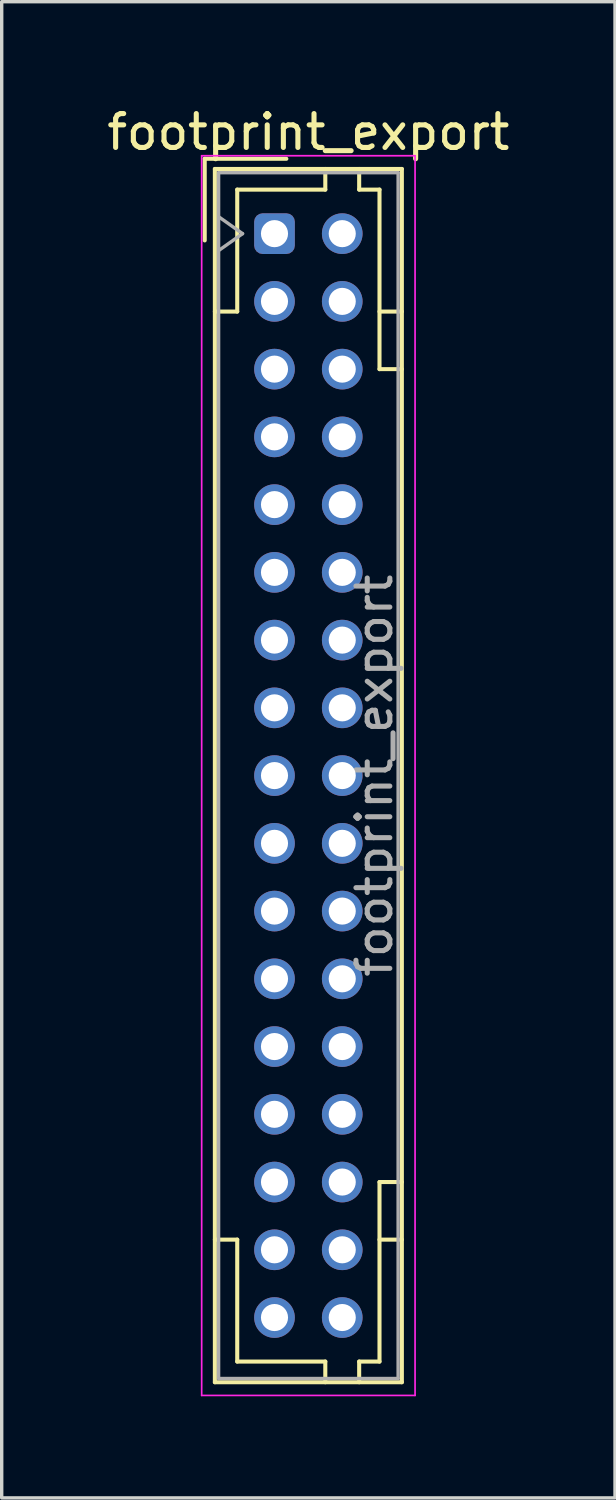
<source format=kicad_pcb>
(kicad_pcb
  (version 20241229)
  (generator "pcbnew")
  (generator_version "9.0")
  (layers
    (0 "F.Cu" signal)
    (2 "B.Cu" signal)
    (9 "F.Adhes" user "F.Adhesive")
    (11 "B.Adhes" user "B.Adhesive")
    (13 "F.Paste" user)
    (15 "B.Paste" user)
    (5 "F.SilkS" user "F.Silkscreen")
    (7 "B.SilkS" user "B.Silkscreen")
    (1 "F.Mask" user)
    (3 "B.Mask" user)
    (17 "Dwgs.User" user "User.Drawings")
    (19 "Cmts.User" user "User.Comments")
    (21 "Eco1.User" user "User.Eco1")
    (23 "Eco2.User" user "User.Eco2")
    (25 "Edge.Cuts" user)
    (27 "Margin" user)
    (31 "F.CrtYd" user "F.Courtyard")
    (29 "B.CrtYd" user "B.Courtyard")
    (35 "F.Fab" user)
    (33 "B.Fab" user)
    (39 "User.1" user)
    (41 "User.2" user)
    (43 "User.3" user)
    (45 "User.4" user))
  (footprint "footprint_export"
    (layer "F.Cu")
    (at 5.054 3.848)
    (property "Reference" "footprint_export" (at 1 -3 0) (layer "F.SilkS") (effects (font (size 1 1) (thickness 0.15))))
    (attr through_hole)
    (fp_line (start -2.06 -2.21) (end -2.06 0.2) (stroke (width 0.12) (type solid)) (layer "F.SilkS"))
    (fp_line (start -1.76 -1.91) (end -1.76 33.91) (stroke (width 0.12) (type solid)) (layer "F.SilkS"))
    (fp_line (start -1.76 33.91) (end 3.76 33.91) (stroke (width 0.12) (type solid)) (layer "F.SilkS"))
    (fp_line (start -1.1 -1.3) (end -1.1 2.3) (stroke (width 0.12) (type solid)) (layer "F.SilkS"))
    (fp_line (start -1.1 2.3) (end -1.76 2.3) (stroke (width 0.12) (type solid)) (layer "F.SilkS"))
    (fp_line (start -1.1 29.7) (end -1.76 29.7) (stroke (width 0.12) (type solid)) (layer "F.SilkS"))
    (fp_line (start -1.1 33.3) (end -1.1 29.7) (stroke (width 0.12) (type solid)) (layer "F.SilkS"))
    (fp_line (start 0.35 -2.21) (end -2.06 -2.21) (stroke (width 0.12) (type solid)) (layer "F.SilkS"))
    (fp_line (start 1.5 -1.91) (end 1.5 -1.3) (stroke (width 0.12) (type solid)) (layer "F.SilkS"))
    (fp_line (start 1.5 -1.3) (end -1.1 -1.3) (stroke (width 0.12) (type solid)) (layer "F.SilkS"))
    (fp_line (start 1.5 33.3) (end -1.1 33.3) (stroke (width 0.12) (type solid)) (layer "F.SilkS"))
    (fp_line (start 1.5 33.91) (end 1.5 33.3) (stroke (width 0.12) (type solid)) (layer "F.SilkS"))
    (fp_line (start 2.5 -1.91) (end 2.5 -1.3) (stroke (width 0.12) (type solid)) (layer "F.SilkS"))
    (fp_line (start 2.5 -1.3) (end 3.1 -1.3) (stroke (width 0.12) (type solid)) (layer "F.SilkS"))
    (fp_line (start 2.5 33.3) (end 3.1 33.3) (stroke (width 0.12) (type solid)) (layer "F.SilkS"))
    (fp_line (start 2.5 33.91) (end 2.5 33.3) (stroke (width 0.12) (type solid)) (layer "F.SilkS"))
    (fp_line (start 3.1 -1.3) (end 3.1 4) (stroke (width 0.12) (type solid)) (layer "F.SilkS"))
    (fp_line (start 3.1 4) (end 3.76 4) (stroke (width 0.12) (type solid)) (layer "F.SilkS"))
    (fp_line (start 3.1 28) (end 3.76 28) (stroke (width 0.12) (type solid)) (layer "F.SilkS"))
    (fp_line (start 3.1 33.3) (end 3.1 28) (stroke (width 0.12) (type solid)) (layer "F.SilkS"))
    (fp_line (start 3.76 -1.91) (end -1.76 -1.91) (stroke (width 0.12) (type solid)) (layer "F.SilkS"))
    (fp_line (start 3.76 2.3) (end 3.1 2.3) (stroke (width 0.12) (type solid)) (layer "F.SilkS"))
    (fp_line (start 3.76 29.7) (end 3.1 29.7) (stroke (width 0.12) (type solid)) (layer "F.SilkS"))
    (fp_line (start 3.76 33.91) (end 3.76 -1.91) (stroke (width 0.12) (type solid)) (layer "F.SilkS"))
    (fp_line (start -2.15 -2.3) (end -2.15 34.3) (stroke (width 0.05) (type solid)) (layer "F.CrtYd"))
    (fp_line (start -2.15 34.3) (end 4.15 34.3) (stroke (width 0.05) (type solid)) (layer "F.CrtYd"))
    (fp_line (start 4.15 -2.3) (end -2.15 -2.3) (stroke (width 0.05) (type solid)) (layer "F.CrtYd"))
    (fp_line (start 4.15 34.3) (end 4.15 -2.3) (stroke (width 0.05) (type solid)) (layer "F.CrtYd"))
    (fp_line (start -1.65 -1.8) (end -1.65 33.8) (stroke (width 0.1) (type solid)) (layer "F.Fab"))
    (fp_line (start -1.65 0.5) (end -0.943 0) (stroke (width 0.1) (type solid)) (layer "F.Fab"))
    (fp_line (start -1.65 33.8) (end 3.65 33.8) (stroke (width 0.1) (type solid)) (layer "F.Fab"))
    (fp_line (start -0.943 0) (end -1.65 -0.5) (stroke (width 0.1) (type solid)) (layer "F.Fab"))
    (fp_line (start 3.65 -1.8) (end -1.65 -1.8) (stroke (width 0.1) (type solid)) (layer "F.Fab"))
    (fp_line (start 3.65 33.8) (end 3.65 -1.8) (stroke (width 0.1) (type solid)) (layer "F.Fab"))
    (fp_text user "${REFERENCE}" (at 2.95 16 90) (layer "F.Fab") (effects (font (size 1 1) (thickness 0.15))))
    (pad "a1" thru_hole roundrect (at 0 0) (size 1.2 1.2) (drill 0.8) (layers "*.Cu" "*.Mask") (roundrect_rratio 0.208))
    (pad "a2" thru_hole circle (at 0 2) (size 1.2 1.2) (drill 0.8) (layers "*.Cu" "*.Mask"))
    (pad "a3" thru_hole circle (at 0 4) (size 1.2 1.2) (drill 0.8) (layers "*.Cu" "*.Mask"))
    (pad "a4" thru_hole circle (at 0 6) (size 1.2 1.2) (drill 0.8) (layers "*.Cu" "*.Mask"))
    (pad "a5" thru_hole circle (at 0 8) (size 1.2 1.2) (drill 0.8) (layers "*.Cu" "*.Mask"))
    (pad "a6" thru_hole circle (at 0 10) (size 1.2 1.2) (drill 0.8) (layers "*.Cu" "*.Mask"))
    (pad "a7" thru_hole circle (at 0 12) (size 1.2 1.2) (drill 0.8) (layers "*.Cu" "*.Mask"))
    (pad "a8" thru_hole circle (at 0 14) (size 1.2 1.2) (drill 0.8) (layers "*.Cu" "*.Mask"))
    (pad "a9" thru_hole circle (at 0 16) (size 1.2 1.2) (drill 0.8) (layers "*.Cu" "*.Mask"))
    (pad "a10" thru_hole circle (at 0 18) (size 1.2 1.2) (drill 0.8) (layers "*.Cu" "*.Mask"))
    (pad "a11" thru_hole circle (at 0 20) (size 1.2 1.2) (drill 0.8) (layers "*.Cu" "*.Mask"))
    (pad "a12" thru_hole circle (at 0 22) (size 1.2 1.2) (drill 0.8) (layers "*.Cu" "*.Mask"))
    (pad "a13" thru_hole circle (at 0 24) (size 1.2 1.2) (drill 0.8) (layers "*.Cu" "*.Mask"))
    (pad "a14" thru_hole circle (at 0 26) (size 1.2 1.2) (drill 0.8) (layers "*.Cu" "*.Mask"))
    (pad "a15" thru_hole circle (at 0 28) (size 1.2 1.2) (drill 0.8) (layers "*.Cu" "*.Mask"))
    (pad "a16" thru_hole circle (at 0 30) (size 1.2 1.2) (drill 0.8) (layers "*.Cu" "*.Mask"))
    (pad "a17" thru_hole circle (at 0 32) (size 1.2 1.2) (drill 0.8) (layers "*.Cu" "*.Mask"))
    (pad "b1" thru_hole circle (at 2 0) (size 1.2 1.2) (drill 0.8) (layers "*.Cu" "*.Mask"))
    (pad "b2" thru_hole circle (at 2 2) (size 1.2 1.2) (drill 0.8) (layers "*.Cu" "*.Mask"))
    (pad "b3" thru_hole circle (at 2 4) (size 1.2 1.2) (drill 0.8) (layers "*.Cu" "*.Mask"))
    (pad "b4" thru_hole circle (at 2 6) (size 1.2 1.2) (drill 0.8) (layers "*.Cu" "*.Mask"))
    (pad "b5" thru_hole circle (at 2 8) (size 1.2 1.2) (drill 0.8) (layers "*.Cu" "*.Mask"))
    (pad "b6" thru_hole circle (at 2 10) (size 1.2 1.2) (drill 0.8) (layers "*.Cu" "*.Mask"))
    (pad "b7" thru_hole circle (at 2 12) (size 1.2 1.2) (drill 0.8) (layers "*.Cu" "*.Mask"))
    (pad "b8" thru_hole circle (at 2 14) (size 1.2 1.2) (drill 0.8) (layers "*.Cu" "*.Mask"))
    (pad "b9" thru_hole circle (at 2 16) (size 1.2 1.2) (drill 0.8) (layers "*.Cu" "*.Mask"))
    (pad "b10" thru_hole circle (at 2 18) (size 1.2 1.2) (drill 0.8) (layers "*.Cu" "*.Mask"))
    (pad "b11" thru_hole circle (at 2 20) (size 1.2 1.2) (drill 0.8) (layers "*.Cu" "*.Mask"))
    (pad "b12" thru_hole circle (at 2 22) (size 1.2 1.2) (drill 0.8) (layers "*.Cu" "*.Mask"))
    (pad "b13" thru_hole circle (at 2 24) (size 1.2 1.2) (drill 0.8) (layers "*.Cu" "*.Mask"))
    (pad "b14" thru_hole circle (at 2 26) (size 1.2 1.2) (drill 0.8) (layers "*.Cu" "*.Mask"))
    (pad "b15" thru_hole circle (at 2 28) (size 1.2 1.2) (drill 0.8) (layers "*.Cu" "*.Mask"))
    (pad "b16" thru_hole circle (at 2 30) (size 1.2 1.2) (drill 0.8) (layers "*.Cu" "*.Mask"))
    (pad "b17" thru_hole circle (at 2 32) (size 1.2 1.2) (drill 0.8) (layers "*.Cu" "*.Mask")))
  (gr_rect
    (start -3 -3)
    (end 15.107 41.173)
    (stroke (width 0.1) (type default))
    (fill no)
    (layer "Edge.Cuts")))
</source>
